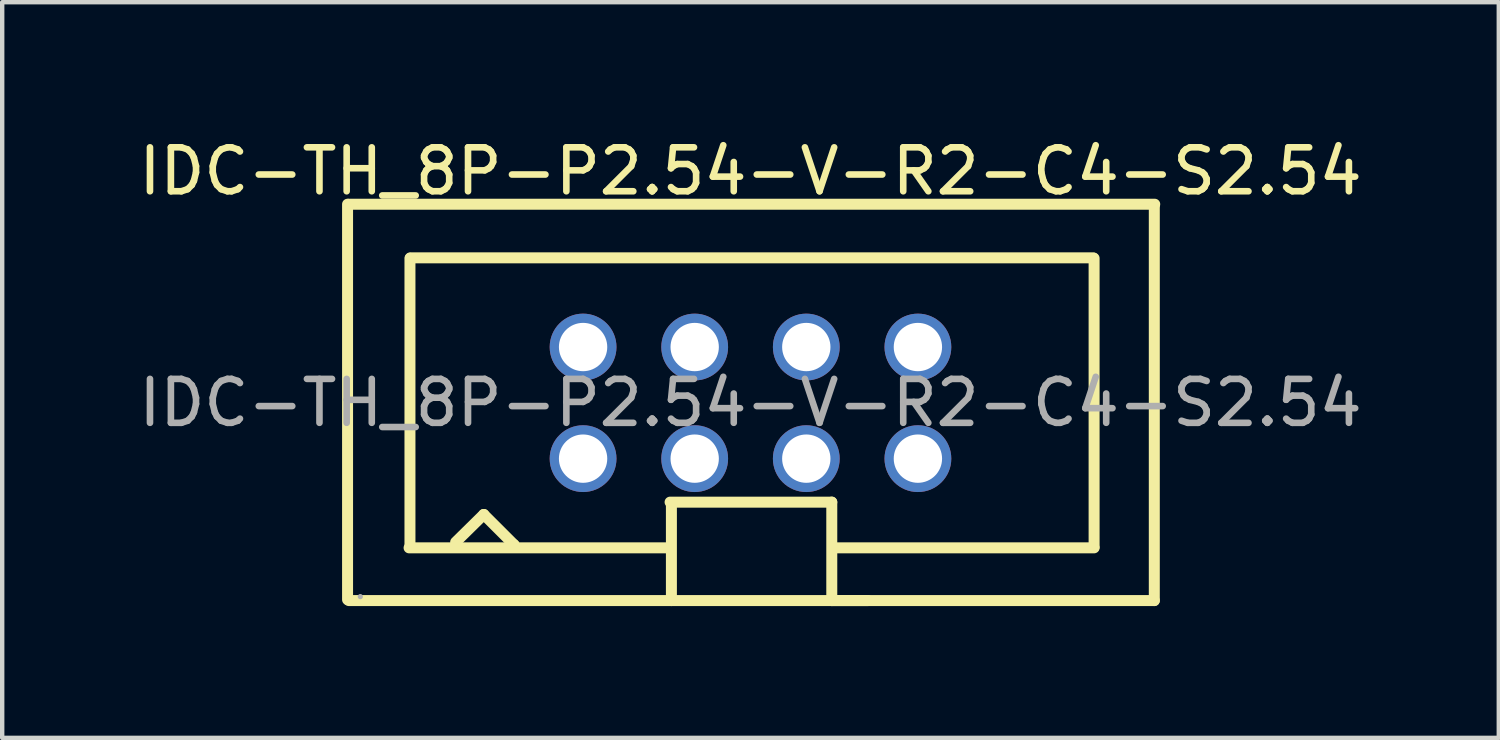
<source format=kicad_pcb>
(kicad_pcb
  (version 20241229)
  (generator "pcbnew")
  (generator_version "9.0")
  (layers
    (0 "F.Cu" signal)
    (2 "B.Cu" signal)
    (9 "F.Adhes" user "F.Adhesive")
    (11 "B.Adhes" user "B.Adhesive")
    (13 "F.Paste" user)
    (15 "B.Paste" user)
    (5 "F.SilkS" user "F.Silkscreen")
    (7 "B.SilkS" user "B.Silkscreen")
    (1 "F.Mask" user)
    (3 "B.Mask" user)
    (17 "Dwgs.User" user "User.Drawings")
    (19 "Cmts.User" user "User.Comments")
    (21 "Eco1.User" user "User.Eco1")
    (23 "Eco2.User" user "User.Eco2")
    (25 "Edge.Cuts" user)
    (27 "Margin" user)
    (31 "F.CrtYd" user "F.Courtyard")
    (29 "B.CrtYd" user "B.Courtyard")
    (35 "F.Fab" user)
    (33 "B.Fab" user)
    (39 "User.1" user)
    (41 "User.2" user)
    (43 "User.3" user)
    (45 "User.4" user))
  (footprint "IDC-TH_8P-P2.54-V-R2-C4-S2.54"
    (layer "F.Cu")
    (at 14.03 6.118)
    (property "Reference" "IDC-TH_8P-P2.54-V-R2-C4-S2.54" (at 0 -5.27 0) (layer "F.SilkS") (effects (font (size 1 1) (thickness 0.15))))
    (attr through_hole)
    (fp_line (start -9.17 4.48) (end -9.17 -4.52) (stroke (width 0.25) (type solid)) (layer "F.SilkS"))
    (fp_line (start -9.14 -4.52) (end 9.2 -4.52) (stroke (width 0.25) (type solid)) (layer "F.SilkS"))
    (fp_line (start -9.14 4.5) (end 9.19 4.5) (stroke (width 0.25) (type solid)) (layer "F.SilkS"))
    (fp_line (start -7.77 3.3) (end -1.83 3.3) (stroke (width 0.25) (type solid)) (layer "F.SilkS"))
    (fp_line (start -7.75 3.28) (end -7.75 -3.29) (stroke (width 0.25) (type solid)) (layer "F.SilkS"))
    (fp_line (start -7.74 -3.3) (end 7.8 -3.3) (stroke (width 0.25) (type solid)) (layer "F.SilkS"))
    (fp_line (start -6.71 3.17) (end -6.07 2.54) (stroke (width 0.25) (type solid)) (layer "F.SilkS"))
    (fp_line (start -6.07 2.54) (end -5.38 3.23) (stroke (width 0.25) (type solid)) (layer "F.SilkS"))
    (fp_line (start -5.38 3.23) (end -5.38 3.25) (stroke (width 0.25) (type solid)) (layer "F.SilkS"))
    (fp_line (start -1.83 2.26) (end 1.85 2.26) (stroke (width 0.25) (type solid)) (layer "F.SilkS"))
    (fp_line (start -1.8 2.34) (end -1.8 4.5) (stroke (width 0.25) (type solid)) (layer "F.SilkS"))
    (fp_line (start 1.85 2.26) (end 1.85 4.5) (stroke (width 0.25) (type solid)) (layer "F.SilkS"))
    (fp_line (start 1.85 4.5) (end 2.67 4.5) (stroke (width 0.25) (type solid)) (layer "F.SilkS"))
    (fp_line (start 1.88 3.3) (end 7.82 3.3) (stroke (width 0.25) (type solid)) (layer "F.SilkS"))
    (fp_line (start 7.82 -3.29) (end 7.82 3.28) (stroke (width 0.25) (type solid)) (layer "F.SilkS"))
    (fp_line (start 9.19 -4.5) (end 9.19 4.5) (stroke (width 0.25) (type solid)) (layer "F.SilkS"))
    (fp_circle (center -8.88 4.41) (end -8.85 4.41) (stroke (width 0.06) (type solid)) (fill no) (layer "F.Fab"))
    (fp_text user "${REFERENCE}" (at 0 0 0) (layer "F.Fab") (effects (font (size 1 1) (thickness 0.15))))
    (pad "1" thru_hole circle (at -3.81 1.27) (size 1.52 1.52) (drill 1.1) (layers "*.Cu" "*.Paste" "*.Mask"))
    (pad "2" thru_hole circle (at -3.81 -1.27) (size 1.52 1.52) (drill 1.1) (layers "*.Cu" "*.Paste" "*.Mask"))
    (pad "3" thru_hole circle (at -1.27 1.27) (size 1.52 1.52) (drill 1.1) (layers "*.Cu" "*.Paste" "*.Mask"))
    (pad "4" thru_hole circle (at -1.27 -1.27) (size 1.52 1.52) (drill 1.1) (layers "*.Cu" "*.Paste" "*.Mask"))
    (pad "5" thru_hole circle (at 1.27 1.27) (size 1.52 1.52) (drill 1.1) (layers "*.Cu" "*.Paste" "*.Mask"))
    (pad "6" thru_hole circle (at 1.27 -1.27) (size 1.52 1.52) (drill 1.1) (layers "*.Cu" "*.Paste" "*.Mask"))
    (pad "7" thru_hole circle (at 3.81 1.27) (size 1.52 1.52) (drill 1.1) (layers "*.Cu" "*.Paste" "*.Mask"))
    (pad "8" thru_hole circle (at 3.81 -1.27) (size 1.52 1.52) (drill 1.1) (layers "*.Cu" "*.Paste" "*.Mask")))
  (gr_rect
    (start -3 -3)
    (end 31.06 13.743)
    (stroke (width 0.1) (type default))
    (fill no)
    (layer "Edge.Cuts")))
</source>
